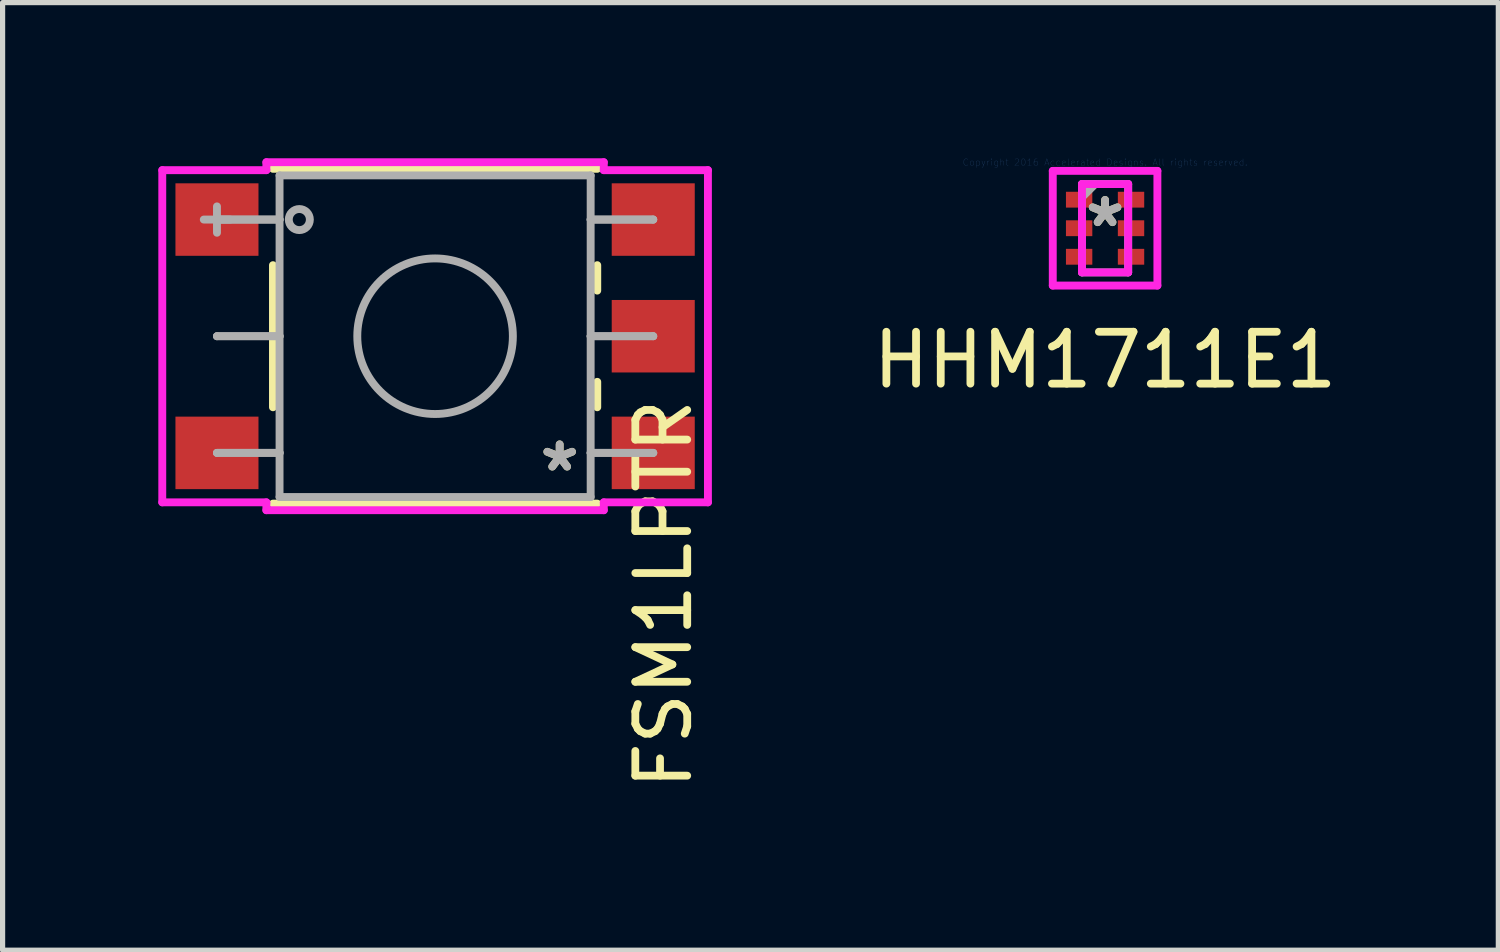
<source format=kicad_pcb>
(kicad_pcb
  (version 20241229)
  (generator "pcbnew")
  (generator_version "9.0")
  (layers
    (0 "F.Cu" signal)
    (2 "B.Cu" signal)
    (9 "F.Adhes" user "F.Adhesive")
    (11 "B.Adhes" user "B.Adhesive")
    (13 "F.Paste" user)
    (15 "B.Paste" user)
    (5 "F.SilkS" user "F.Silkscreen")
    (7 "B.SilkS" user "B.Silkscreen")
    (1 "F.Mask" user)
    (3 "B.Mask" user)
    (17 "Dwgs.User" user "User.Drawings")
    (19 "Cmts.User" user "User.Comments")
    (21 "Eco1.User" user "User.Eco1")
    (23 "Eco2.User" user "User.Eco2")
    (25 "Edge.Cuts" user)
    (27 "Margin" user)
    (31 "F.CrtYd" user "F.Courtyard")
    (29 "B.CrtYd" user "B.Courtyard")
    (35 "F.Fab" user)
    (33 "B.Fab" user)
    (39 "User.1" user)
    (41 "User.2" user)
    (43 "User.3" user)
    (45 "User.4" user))
  (footprint "FSM1LPTR"
    (layer "F.Cu")
    (at 9.538 5.677)
    (property "Reference" "FSM1LPTR" (at 0.2 2.72 90) (layer "F.SilkS") (effects (font (size 1 1) (thickness 0.15))))
    (attr through_hole)
    (fp_line (start -7.328 -3.617) (end -7.328 -0.879) (stroke (width 0.152) (type solid)) (layer "F.SilkS"))
    (fp_line (start -7.328 0.978) (end -1.079 0.978) (stroke (width 0.152) (type solid)) (layer "F.SilkS"))
    (fp_line (start -1.079 -5.474) (end -7.328 -5.474) (stroke (width 0.152) (type solid)) (layer "F.SilkS"))
    (fp_line (start -1.079 -3.127) (end -1.079 -3.617) (stroke (width 0.152) (type solid)) (layer "F.SilkS"))
    (fp_line (start -1.079 -0.879) (end -1.079 -1.369) (stroke (width 0.152) (type solid)) (layer "F.SilkS"))
    (fp_line (start -9.461 -5.448) (end -7.455 -5.448) (stroke (width 0.152) (type solid)) (layer "F.CrtYd"))
    (fp_line (start -9.461 0.953) (end -9.461 -5.448) (stroke (width 0.152) (type solid)) (layer "F.CrtYd"))
    (fp_line (start -7.455 -5.601) (end -0.953 -5.601) (stroke (width 0.152) (type solid)) (layer "F.CrtYd"))
    (fp_line (start -7.455 -5.448) (end -7.455 -5.601) (stroke (width 0.152) (type solid)) (layer "F.CrtYd"))
    (fp_line (start -7.455 0.953) (end -9.461 0.953) (stroke (width 0.152) (type solid)) (layer "F.CrtYd"))
    (fp_line (start -7.455 1.105) (end -7.455 0.953) (stroke (width 0.152) (type solid)) (layer "F.CrtYd"))
    (fp_line (start -0.953 -5.601) (end -0.953 -5.448) (stroke (width 0.152) (type solid)) (layer "F.CrtYd"))
    (fp_line (start -0.953 -5.448) (end 1.054 -5.448) (stroke (width 0.152) (type solid)) (layer "F.CrtYd"))
    (fp_line (start -0.953 0.953) (end -0.953 1.105) (stroke (width 0.152) (type solid)) (layer "F.CrtYd"))
    (fp_line (start -0.953 1.105) (end -7.455 1.105) (stroke (width 0.152) (type solid)) (layer "F.CrtYd"))
    (fp_line (start 1.054 -5.448) (end 1.054 0.953) (stroke (width 0.152) (type solid)) (layer "F.CrtYd"))
    (fp_line (start 1.054 0.953) (end -0.953 0.953) (stroke (width 0.152) (type solid)) (layer "F.CrtYd"))
    (fp_line (start -8.661 -4.496) (end -8.153 -4.496) (stroke (width 0.152) (type solid)) (layer "F.Fab"))
    (fp_line (start -8.407 -4.496) (end -8.407 -4.496) (stroke (width 0.152) (type solid)) (layer "F.Fab"))
    (fp_line (start -8.407 -4.496) (end -7.201 -4.496) (stroke (width 0.152) (type solid)) (layer "F.Fab"))
    (fp_line (start -8.407 -4.242) (end -8.407 -4.75) (stroke (width 0.152) (type solid)) (layer "F.Fab"))
    (fp_line (start -8.407 -2.248) (end -8.407 -2.248) (stroke (width 0.152) (type solid)) (layer "F.Fab"))
    (fp_line (start -8.407 -2.248) (end -7.201 -2.248) (stroke (width 0.152) (type solid)) (layer "F.Fab"))
    (fp_line (start -8.407 0) (end -8.407 0) (stroke (width 0.152) (type solid)) (layer "F.Fab"))
    (fp_line (start -8.407 0) (end -7.201 0) (stroke (width 0.152) (type solid)) (layer "F.Fab"))
    (fp_line (start -7.201 -5.347) (end -7.201 0.851) (stroke (width 0.152) (type solid)) (layer "F.Fab"))
    (fp_line (start -7.201 -4.496) (end -8.407 -4.496) (stroke (width 0.152) (type solid)) (layer "F.Fab"))
    (fp_line (start -7.201 -4.496) (end -7.201 -4.496) (stroke (width 0.152) (type solid)) (layer "F.Fab"))
    (fp_line (start -7.201 -2.248) (end -8.407 -2.248) (stroke (width 0.152) (type solid)) (layer "F.Fab"))
    (fp_line (start -7.201 -2.248) (end -7.201 -2.248) (stroke (width 0.152) (type solid)) (layer "F.Fab"))
    (fp_line (start -7.201 0) (end -8.407 0) (stroke (width 0.152) (type solid)) (layer "F.Fab"))
    (fp_line (start -7.201 0) (end -7.201 0) (stroke (width 0.152) (type solid)) (layer "F.Fab"))
    (fp_line (start -7.201 0.851) (end -1.206 0.851) (stroke (width 0.152) (type solid)) (layer "F.Fab"))
    (fp_line (start -1.206 -5.347) (end -7.201 -5.347) (stroke (width 0.152) (type solid)) (layer "F.Fab"))
    (fp_line (start -1.206 -4.496) (end -1.206 -4.496) (stroke (width 0.152) (type solid)) (layer "F.Fab"))
    (fp_line (start -1.206 -4.496) (end 0 -4.496) (stroke (width 0.152) (type solid)) (layer "F.Fab"))
    (fp_line (start -1.206 -2.248) (end -1.206 -2.248) (stroke (width 0.152) (type solid)) (layer "F.Fab"))
    (fp_line (start -1.206 -2.248) (end 0 -2.248) (stroke (width 0.152) (type solid)) (layer "F.Fab"))
    (fp_line (start -1.206 0) (end -1.206 0) (stroke (width 0.152) (type solid)) (layer "F.Fab"))
    (fp_line (start -1.206 0) (end 0 0) (stroke (width 0.152) (type solid)) (layer "F.Fab"))
    (fp_line (start -1.206 0.851) (end -1.206 -5.347) (stroke (width 0.152) (type solid)) (layer "F.Fab"))
    (fp_line (start 0 -4.496) (end -1.206 -4.496) (stroke (width 0.152) (type solid)) (layer "F.Fab"))
    (fp_line (start 0 -4.496) (end 0 -4.496) (stroke (width 0.152) (type solid)) (layer "F.Fab"))
    (fp_line (start 0 -2.248) (end -1.206 -2.248) (stroke (width 0.152) (type solid)) (layer "F.Fab"))
    (fp_line (start 0 -2.248) (end 0 -2.248) (stroke (width 0.152) (type solid)) (layer "F.Fab"))
    (fp_line (start 0 0) (end -1.206 0) (stroke (width 0.152) (type solid)) (layer "F.Fab"))
    (fp_line (start 0 0) (end 0 0) (stroke (width 0.152) (type solid)) (layer "F.Fab"))
    (fp_circle (center -6.82 -4.496) (end -6.617 -4.496) (stroke (width 0.152) (type solid)) (fill no) (layer "F.Fab"))
    (fp_circle (center -4.204 -2.248) (end -2.705 -2.248) (stroke (width 0.152) (type solid)) (fill no) (layer "F.Fab"))
    (fp_text user "*" (at -1.803 0.381 0) (layer "F.SilkS") (effects (font (size 1 1) (thickness 0.15))))
    (fp_text user "*" (at -1.803 0.381 0) (layer "F.Fab") (effects (font (size 1 1) (thickness 0.15))))
    (pad "1" smd rect (at -8.407 -4.496) (size 1.6 1.397) (layers "F.Cu" "F.Mask" "F.Paste"))
    (pad "2" smd rect (at 0 -4.496) (size 1.6 1.397) (layers "F.Cu" "F.Mask" "F.Paste"))
    (pad "3" smd rect (at -8.407 0) (size 1.6 1.397) (layers "F.Cu" "F.Mask" "F.Paste"))
    (pad "4" smd rect (at 0 0) (size 1.6 1.397) (layers "F.Cu" "F.Mask" "F.Paste"))
    (pad "5" smd rect (at 0 -2.248) (size 1.6 1.397) (layers "F.Cu" "F.Mask" "F.Paste")))
  (footprint "HHM1711E1"
    (layer "F.Cu")
    (at 18.245 1.348)
    (property "Reference" "HHM1711E1" (at 0 2.54 0) (layer "F.SilkS") (effects (font (size 1 1) (thickness 0.15))))
    (attr through_hole)
    (fp_line (start -1.008 -1.105) (end 1.008 -1.105) (stroke (width 0.152) (type solid)) (layer "F.CrtYd"))
    (fp_line (start -1.008 1.105) (end -1.008 -1.105) (stroke (width 0.152) (type solid)) (layer "F.CrtYd"))
    (fp_line (start -0.445 -0.851) (end 0.445 -0.851) (stroke (width 0.152) (type solid)) (layer "F.CrtYd"))
    (fp_line (start -0.445 0.851) (end -0.445 -0.851) (stroke (width 0.152) (type solid)) (layer "F.CrtYd"))
    (fp_line (start 0.445 -0.851) (end 0.445 0.851) (stroke (width 0.152) (type solid)) (layer "F.CrtYd"))
    (fp_line (start 0.445 0.851) (end -0.445 0.851) (stroke (width 0.152) (type solid)) (layer "F.CrtYd"))
    (fp_line (start 1.008 -1.105) (end 1.008 1.105) (stroke (width 0.152) (type solid)) (layer "F.CrtYd"))
    (fp_line (start 1.008 1.105) (end -1.008 1.105) (stroke (width 0.152) (type solid)) (layer "F.CrtYd"))
    (fp_line (start -0.445 -0.851) (end -0.445 0.851) (stroke (width 0.152) (type solid)) (layer "F.Fab"))
    (fp_line (start -0.445 0.851) (end 0.445 0.851) (stroke (width 0.152) (type solid)) (layer "F.Fab"))
    (fp_line (start -0.191 -0.851) (end -0.445 -0.597) (stroke (width 0.152) (type solid)) (layer "F.Fab"))
    (fp_line (start 0.445 -0.851) (end -0.445 -0.851) (stroke (width 0.152) (type solid)) (layer "F.Fab"))
    (fp_line (start 0.445 0.851) (end 0.445 -0.851) (stroke (width 0.152) (type solid)) (layer "F.Fab"))
    (fp_text user "*" (at 0 0 0) (layer "F.SilkS") (effects (font (size 1 1) (thickness 0.15))))
    (fp_text user "Copyright 2016 Accelerated Designs. All rights reserved." (at 0 -1.27 0) (layer "Cmts.User") (effects (font (size 0.127 0.127) (thickness 0.002))))
    (fp_text user "*" (at 0 0 0) (layer "F.Fab") (effects (font (size 1 1) (thickness 0.15))))
    (pad "1" smd rect (at -0.5 -0.55) (size 0.508 0.305) (layers "F.Cu" "F.Mask" "F.Paste"))
    (pad "2" smd rect (at -0.5 0) (size 0.508 0.305) (layers "F.Cu" "F.Mask" "F.Paste"))
    (pad "3" smd rect (at -0.5 0.55) (size 0.508 0.305) (layers "F.Cu" "F.Mask" "F.Paste"))
    (pad "4" smd rect (at 0.5 0.55) (size 0.508 0.305) (layers "F.Cu" "F.Mask" "F.Paste"))
    (pad "5" smd rect (at 0.5 0) (size 0.508 0.305) (layers "F.Cu" "F.Mask" "F.Paste"))
    (pad "6" smd rect (at 0.5 -0.55) (size 0.508 0.305) (layers "F.Cu" "F.Mask" "F.Paste")))
  (gr_rect
    (start -3 -3)
    (end 25.823 15.26)
    (stroke (width 0.1) (type default))
    (fill no)
    (layer "Edge.Cuts")))
</source>
